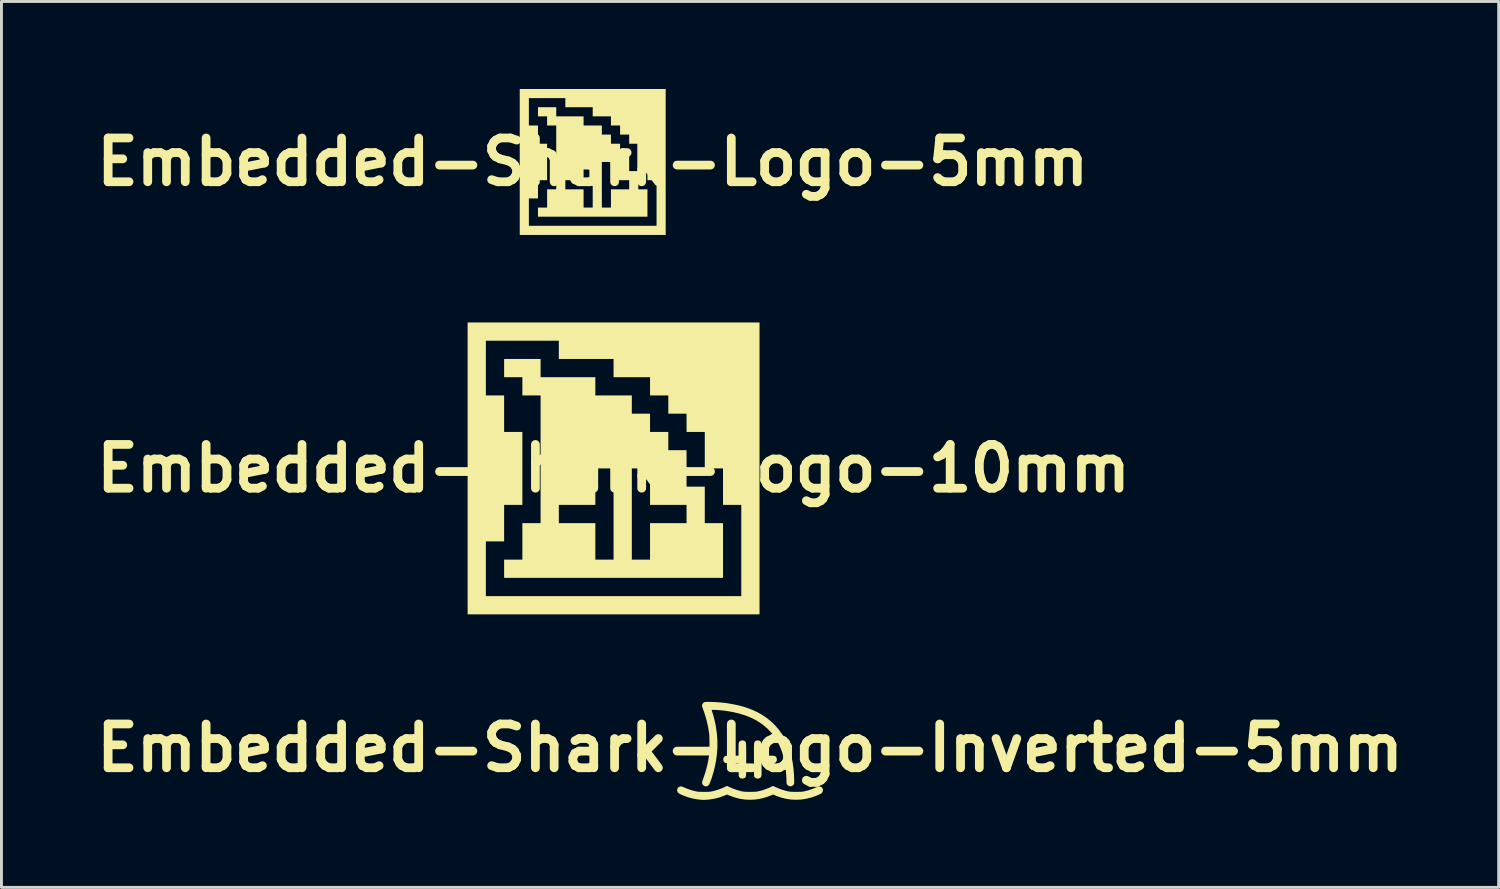
<source format=kicad_pcb>
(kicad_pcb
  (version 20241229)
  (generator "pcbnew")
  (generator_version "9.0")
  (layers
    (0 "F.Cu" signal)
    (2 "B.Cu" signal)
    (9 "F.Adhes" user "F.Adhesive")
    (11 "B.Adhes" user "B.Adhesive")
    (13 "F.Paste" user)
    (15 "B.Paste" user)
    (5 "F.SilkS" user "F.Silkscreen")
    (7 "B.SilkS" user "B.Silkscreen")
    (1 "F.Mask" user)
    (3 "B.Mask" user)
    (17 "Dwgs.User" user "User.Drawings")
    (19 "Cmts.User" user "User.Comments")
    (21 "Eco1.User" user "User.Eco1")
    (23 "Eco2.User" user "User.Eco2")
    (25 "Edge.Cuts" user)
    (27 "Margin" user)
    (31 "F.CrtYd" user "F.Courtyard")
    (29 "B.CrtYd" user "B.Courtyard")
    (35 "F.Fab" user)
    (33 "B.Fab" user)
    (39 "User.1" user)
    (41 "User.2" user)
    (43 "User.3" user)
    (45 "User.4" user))
  (footprint "Embedded-Shark-Logo-5mm"
    (layer "F.Cu")
    (at 17.264 2.501)
    (property "Reference" "Embedded-Shark-Logo-5mm" (at 0 0 0) (layer "F.SilkS") (effects (font (size 1.5 1.5) (thickness 0.3))))
    (attr board_only exclude_from_pos_files exclude_from_bom)
    (fp_poly (pts (xy 2.501 0) (xy 2.501 2.501) (xy 0 2.501) (xy -2.501 2.501) (xy -2.501 0) (xy -2.501 -1.719) (xy -2.188 -1.719) (xy -2.188 -1.25) (xy -2.032 -1.25) (xy -1.876 -1.25) (xy -1.876 -0.938) (xy -1.876 -0.625) (xy -1.719 -0.625) (xy -1.563 -0.625) (xy -1.563 0) (xy -1.563 0.625) (xy -1.719 0.625) (xy -1.876 0.625) (xy -1.876 0.938) (xy -1.876 1.25) (xy -2.032 1.25) (xy -2.188 1.25) (xy -2.188 1.719) (xy -2.188 2.188) (xy 0 2.188) (xy 2.188 2.188) (xy 2.188 1.407) (xy 2.188 0.625) (xy 2.032 0.625) (xy 1.876 0.625) (xy 1.876 0.313) (xy 1.876 0) (xy 1.719 0) (xy 1.563 0) (xy 1.563 -0.313) (xy 1.563 -0.625) (xy 1.407 -0.625) (xy 1.25 -0.625) (xy 1.25 -0.782) (xy 1.25 -0.938) (xy 1.094 -0.938) (xy 0.938 -0.938) (xy 0.938 -1.094) (xy 0.938 -1.25) (xy 0.782 -1.25) (xy 0.625 -1.25) (xy 0.625 -1.407) (xy 0.625 -1.563) (xy 0.313 -1.563) (xy 0 -1.563) (xy 0 -1.719) (xy 0 -1.876) (xy -0.469 -1.876) (xy -0.938 -1.876) (xy -0.938 -2.032) (xy -0.938 -2.188) (xy -1.563 -2.188) (xy -2.188 -2.188) (xy -2.188 -1.719) (xy -2.501 -1.719) (xy -2.501 -2.501) (xy 0 -2.501) (xy 2.501 -2.501)) (stroke (width 0) (type solid)) (fill yes) (layer "F.SilkS"))
    (fp_poly (pts (xy -1.25 -1.719) (xy -1.25 -1.563) (xy -0.782 -1.563) (xy -0.313 -1.563) (xy -0.313 -1.407) (xy -0.313 -1.25) (xy 0 -1.25) (xy 0.313 -1.25) (xy 0.313 -1.094) (xy 0.313 -0.938) (xy 0.469 -0.938) (xy 0.625 -0.938) (xy 0.625 -0.782) (xy 0.625 -0.625) (xy 0.782 -0.625) (xy 0.938 -0.625) (xy 0.938 -0.469) (xy 0.938 -0.313) (xy 1.094 -0.313) (xy 1.25 -0.313) (xy 1.25 0) (xy 1.25 0.313) (xy 1.407 0.313) (xy 1.563 0.313) (xy 1.563 0.625) (xy 1.563 0.938) (xy 1.719 0.938) (xy 1.876 0.938) (xy 1.876 1.407) (xy 1.876 1.876) (xy 0 1.876) (xy -1.876 1.876) (xy -1.876 1.719) (xy -1.876 1.563) (xy -1.719 1.563) (xy -1.563 1.563) (xy -1.563 1.25) (xy -1.563 0.938) (xy -1.407 0.938) (xy -1.25 0.938) (xy -1.25 0.625) (xy -0.938 0.625) (xy -0.938 0.782) (xy -0.938 0.938) (xy -0.625 0.938) (xy -0.313 0.938) (xy -0.313 1.25) (xy -0.313 1.563) (xy -0.156 1.563) (xy 0 1.563) (xy 0 0.782) (xy 0.313 0.782) (xy 0.313 1.563) (xy 0.469 1.563) (xy 0.625 1.563) (xy 0.625 1.25) (xy 0.625 0.938) (xy 0.938 0.938) (xy 1.25 0.938) (xy 1.25 0.782) (xy 1.25 0.625) (xy 0.938 0.625) (xy 0.625 0.625) (xy 0.625 0.313) (xy 0.625 0) (xy 0.469 0) (xy 0.313 0) (xy 0.313 0.782) (xy 0 0.782) (xy 0 0) (xy -0.156 0) (xy -0.313 0) (xy -0.313 0.313) (xy -0.313 0.625) (xy -0.625 0.625) (xy -0.938 0.625) (xy -1.25 0.625) (xy -1.25 -0.156) (xy -1.25 -1.25) (xy -1.407 -1.25) (xy -1.563 -1.25) (xy -1.563 -1.407) (xy -1.563 -1.563) (xy -1.719 -1.563) (xy -1.876 -1.563) (xy -1.876 -1.719) (xy -1.876 -1.876) (xy -1.563 -1.876) (xy -1.25 -1.876)) (stroke (width 0) (type solid)) (fill yes) (layer "F.SilkS")))
  (footprint "Embedded-Shark-Logo-Inverted-5mm"
    (layer "F.Cu")
    (at 22.657 22.585)
    (property "Reference" "Embedded-Shark-Logo-Inverted-5mm" (at 0 0 0) (layer "F.SilkS") (effects (font (size 1.5 1.5) (thickness 0.3))))
    (attr board_only exclude_from_pos_files exclude_from_bom)
    (fp_poly (pts (xy 0.306 -0.254) (xy 0.339 -0.239) (xy 0.355 -0.227) (xy 0.368 -0.213) (xy 0.378 -0.197) (xy 0.385 -0.175) (xy 0.39 -0.146) (xy 0.393 -0.107) (xy 0.394 -0.057) (xy 0.395 0.008) (xy 0.395 0.052) (xy 0.395 0.263) (xy 0.606 0.263) (xy 0.68 0.263) (xy 0.738 0.264) (xy 0.783 0.267) (xy 0.818 0.27) (xy 0.843 0.276) (xy 0.862 0.284) (xy 0.877 0.295) (xy 0.89 0.309) (xy 0.897 0.319) (xy 0.911 0.345) (xy 0.916 0.377) (xy 0.917 0.395) (xy 0.914 0.432) (xy 0.904 0.46) (xy 0.897 0.471) (xy 0.885 0.487) (xy 0.871 0.5) (xy 0.855 0.509) (xy 0.833 0.516) (xy 0.804 0.521) (xy 0.765 0.524) (xy 0.715 0.526) (xy 0.65 0.526) (xy 0.606 0.526) (xy 0.395 0.526) (xy 0.395 0.738) (xy 0.395 0.812) (xy 0.394 0.87) (xy 0.392 0.915) (xy 0.388 0.949) (xy 0.382 0.975) (xy 0.374 0.994) (xy 0.363 1.009) (xy 0.349 1.021) (xy 0.34 1.028) (xy 0.304 1.044) (xy 0.262 1.05) (xy 0.221 1.045) (xy 0.204 1.039) (xy 0.178 1.021) (xy 0.156 0.998) (xy 0.155 0.997) (xy 0.136 0.969) (xy 0.134 0.405) (xy 0.133 0.288) (xy 0.133 0.187) (xy 0.133 0.1) (xy 0.133 0.028) (xy 0.133 -0.033) (xy 0.135 -0.082) (xy 0.137 -0.121) (xy 0.139 -0.152) (xy 0.143 -0.176) (xy 0.147 -0.194) (xy 0.153 -0.207) (xy 0.16 -0.217) (xy 0.168 -0.225) (xy 0.178 -0.232) (xy 0.188 -0.239) (xy 0.222 -0.255) (xy 0.264 -0.26)) (stroke (width 0) (type solid)) (fill yes) (layer "F.SilkS"))
    (fp_poly (pts (xy -0.22 -0.254) (xy -0.188 -0.239) (xy -0.177 -0.231) (xy -0.167 -0.224) (xy -0.159 -0.216) (xy -0.152 -0.205) (xy -0.147 -0.191) (xy -0.142 -0.172) (xy -0.139 -0.147) (xy -0.136 -0.115) (xy -0.134 -0.073) (xy -0.133 -0.022) (xy -0.132 0.041) (xy -0.132 0.116) (xy -0.132 0.206) (xy -0.132 0.31) (xy -0.132 0.395) (xy -0.132 0.511) (xy -0.132 0.611) (xy -0.132 0.697) (xy -0.132 0.768) (xy -0.133 0.828) (xy -0.135 0.876) (xy -0.137 0.915) (xy -0.14 0.945) (xy -0.144 0.968) (xy -0.148 0.985) (xy -0.154 0.998) (xy -0.161 1.008) (xy -0.169 1.016) (xy -0.179 1.023) (xy -0.186 1.028) (xy -0.222 1.044) (xy -0.264 1.05) (xy -0.305 1.045) (xy -0.323 1.039) (xy -0.348 1.021) (xy -0.37 0.998) (xy -0.371 0.997) (xy -0.377 0.988) (xy -0.382 0.978) (xy -0.385 0.965) (xy -0.388 0.946) (xy -0.39 0.92) (xy -0.391 0.883) (xy -0.392 0.835) (xy -0.393 0.772) (xy -0.393 0.748) (xy -0.396 0.526) (xy -0.607 0.526) (xy -0.68 0.526) (xy -0.738 0.525) (xy -0.784 0.523) (xy -0.818 0.519) (xy -0.843 0.514) (xy -0.862 0.506) (xy -0.877 0.495) (xy -0.89 0.48) (xy -0.897 0.471) (xy -0.913 0.436) (xy -0.918 0.394) (xy -0.912 0.352) (xy -0.897 0.319) (xy -0.885 0.303) (xy -0.871 0.29) (xy -0.855 0.28) (xy -0.833 0.273) (xy -0.804 0.268) (xy -0.765 0.265) (xy -0.715 0.264) (xy -0.65 0.263) (xy -0.606 0.263) (xy -0.395 0.263) (xy -0.395 0.052) (xy -0.395 -0.022) (xy -0.394 -0.08) (xy -0.392 -0.125) (xy -0.388 -0.16) (xy -0.382 -0.185) (xy -0.374 -0.204) (xy -0.363 -0.219) (xy -0.349 -0.232) (xy -0.339 -0.239) (xy -0.304 -0.255) (xy -0.262 -0.26)) (stroke (width 0) (type solid)) (fill yes) (layer "F.SilkS"))
    (fp_poly (pts (xy 0.89 1.348) (xy 1 1.395) (xy 1.118 1.437) (xy 1.236 1.471) (xy 1.29 1.484) (xy 1.323 1.491) (xy 1.354 1.496) (xy 1.386 1.5) (xy 1.423 1.502) (xy 1.467 1.503) (xy 1.523 1.504) (xy 1.579 1.504) (xy 1.647 1.504) (xy 1.7 1.503) (xy 1.743 1.502) (xy 1.779 1.499) (xy 1.81 1.495) (xy 1.841 1.49) (xy 1.868 1.484) (xy 2.006 1.449) (xy 2.142 1.402) (xy 2.235 1.363) (xy 2.288 1.341) (xy 2.328 1.326) (xy 2.36 1.319) (xy 2.386 1.318) (xy 2.41 1.323) (xy 2.427 1.33) (xy 2.463 1.356) (xy 2.487 1.391) (xy 2.498 1.431) (xy 2.496 1.473) (xy 2.482 1.513) (xy 2.454 1.547) (xy 2.439 1.559) (xy 2.41 1.575) (xy 2.367 1.596) (xy 2.316 1.618) (xy 2.259 1.642) (xy 2.2 1.664) (xy 2.143 1.684) (xy 2.101 1.697) (xy 1.928 1.741) (xy 1.754 1.767) (xy 1.579 1.776) (xy 1.404 1.768) (xy 1.231 1.742) (xy 1.06 1.699) (xy 0.891 1.639) (xy 0.864 1.627) (xy 0.792 1.596) (xy 0.696 1.635) (xy 0.525 1.696) (xy 0.352 1.74) (xy 0.178 1.767) (xy 0.003 1.776) (xy -0.171 1.768) (xy -0.344 1.743) (xy -0.515 1.7) (xy -0.684 1.64) (xy -0.716 1.627) (xy -0.787 1.596) (xy -0.883 1.635) (xy -1.05 1.695) (xy -1.217 1.738) (xy -1.389 1.766) (xy -1.452 1.772) (xy -1.505 1.776) (xy -1.547 1.779) (xy -1.583 1.779) (xy -1.62 1.779) (xy -1.662 1.776) (xy -1.715 1.772) (xy -1.727 1.771) (xy -1.859 1.754) (xy -1.998 1.725) (xy -2.139 1.685) (xy -2.277 1.635) (xy -2.334 1.61) (xy -2.385 1.587) (xy -2.423 1.567) (xy -2.45 1.55) (xy -2.469 1.533) (xy -2.482 1.515) (xy -2.486 1.506) (xy -2.499 1.461) (xy -2.496 1.417) (xy -2.48 1.377) (xy -2.451 1.346) (xy -2.412 1.325) (xy -2.383 1.318) (xy -2.365 1.318) (xy -2.345 1.321) (xy -2.32 1.328) (xy -2.286 1.341) (xy -2.24 1.361) (xy -2.237 1.362) (xy -2.104 1.416) (xy -1.974 1.458) (xy -1.868 1.484) (xy -1.835 1.491) (xy -1.804 1.496) (xy -1.772 1.5) (xy -1.736 1.502) (xy -1.691 1.503) (xy -1.635 1.504) (xy -1.579 1.504) (xy -1.512 1.504) (xy -1.458 1.503) (xy -1.415 1.502) (xy -1.38 1.499) (xy -1.348 1.495) (xy -1.317 1.49) (xy -1.29 1.484) (xy -1.175 1.455) (xy -1.056 1.416) (xy -0.942 1.371) (xy -0.89 1.348) (xy -0.79 1.3) (xy -0.689 1.348) (xy -0.579 1.395) (xy -0.461 1.437) (xy -0.343 1.471) (xy -0.29 1.484) (xy -0.256 1.491) (xy -0.225 1.496) (xy -0.193 1.5) (xy -0.157 1.502) (xy -0.112 1.503) (xy -0.056 1.504) (xy 0 1.504) (xy 0.068 1.504) (xy 0.121 1.503) (xy 0.164 1.502) (xy 0.2 1.499) (xy 0.231 1.495) (xy 0.262 1.49) (xy 0.29 1.484) (xy 0.404 1.455) (xy 0.523 1.416) (xy 0.638 1.371) (xy 0.689 1.348) (xy 0.79 1.3)) (stroke (width 0) (type solid)) (fill yes) (layer "F.SilkS"))
    (fp_poly (pts (xy -1.208 -1.574) (xy -0.994 -1.558) (xy -0.783 -1.533) (xy -0.577 -1.498) (xy -0.378 -1.455) (xy -0.19 -1.403) (xy -0.014 -1.343) (xy 0.047 -1.319) (xy 0.235 -1.234) (xy 0.411 -1.137) (xy 0.573 -1.027) (xy 0.724 -0.906) (xy 0.861 -0.772) (xy 0.985 -0.627) (xy 1.097 -0.471) (xy 1.195 -0.303) (xy 1.28 -0.124) (xy 1.353 0.066) (xy 1.411 0.267) (xy 1.457 0.479) (xy 1.488 0.702) (xy 1.507 0.935) (xy 1.511 1.072) (xy 1.512 1.128) (xy 1.512 1.169) (xy 1.511 1.199) (xy 1.509 1.219) (xy 1.506 1.233) (xy 1.5 1.244) (xy 1.495 1.252) (xy 1.459 1.289) (xy 1.417 1.31) (xy 1.374 1.315) (xy 1.331 1.305) (xy 1.292 1.278) (xy 1.269 1.252) (xy 1.263 1.243) (xy 1.258 1.231) (xy 1.254 1.214) (xy 1.251 1.19) (xy 1.249 1.156) (xy 1.247 1.109) (xy 1.245 1.048) (xy 1.245 1.046) (xy 1.233 0.834) (xy 1.211 0.635) (xy 1.179 0.449) (xy 1.138 0.273) (xy 1.085 0.106) (xy 1.022 -0.052) (xy 0.987 -0.127) (xy 0.911 -0.268) (xy 0.828 -0.397) (xy 0.734 -0.517) (xy 0.626 -0.633) (xy 0.609 -0.65) (xy 0.479 -0.765) (xy 0.338 -0.868) (xy 0.186 -0.961) (xy 0.02 -1.042) (xy -0.157 -1.113) (xy -0.348 -1.173) (xy -0.553 -1.223) (xy -0.772 -1.263) (xy -0.798 -1.267) (xy -0.858 -1.275) (xy -0.922 -1.283) (xy -0.989 -1.29) (xy -1.054 -1.295) (xy -1.118 -1.3) (xy -1.176 -1.304) (xy -1.227 -1.306) (xy -1.269 -1.307) (xy -1.298 -1.306) (xy -1.314 -1.303) (xy -1.316 -1.302) (xy -1.314 -1.291) (xy -1.307 -1.268) (xy -1.296 -1.235) (xy -1.285 -1.198) (xy -1.266 -1.138) (xy -1.246 -1.066) (xy -1.226 -0.987) (xy -1.207 -0.907) (xy -1.19 -0.831) (xy -1.176 -0.764) (xy -1.172 -0.74) (xy -1.138 -0.499) (xy -1.12 -0.262) (xy -1.119 -0.028) (xy -1.135 0.206) (xy -1.166 0.44) (xy -1.215 0.678) (xy -1.22 0.699) (xy -1.238 0.772) (xy -1.259 0.848) (xy -1.282 0.924) (xy -1.305 0.998) (xy -1.328 1.068) (xy -1.351 1.131) (xy -1.372 1.185) (xy -1.391 1.229) (xy -1.407 1.259) (xy -1.415 1.271) (xy -1.452 1.3) (xy -1.494 1.314) (xy -1.537 1.314) (xy -1.576 1.299) (xy -1.614 1.27) (xy -1.636 1.236) (xy -1.644 1.196) (xy -1.638 1.147) (xy -1.627 1.113) (xy -1.576 0.966) (xy -1.532 0.831) (xy -1.496 0.705) (xy -1.466 0.585) (xy -1.44 0.467) (xy -1.42 0.349) (xy -1.403 0.227) (xy -1.402 0.224) (xy -1.398 0.179) (xy -1.395 0.119) (xy -1.393 0.049) (xy -1.391 -0.029) (xy -1.391 -0.111) (xy -1.391 -0.193) (xy -1.392 -0.274) (xy -1.394 -0.348) (xy -1.397 -0.413) (xy -1.4 -0.466) (xy -1.402 -0.487) (xy -1.441 -0.733) (xy -1.497 -0.976) (xy -1.571 -1.217) (xy -1.603 -1.307) (xy -1.619 -1.352) (xy -1.633 -1.393) (xy -1.643 -1.425) (xy -1.649 -1.447) (xy -1.649 -1.452) (xy -1.643 -1.481) (xy -1.626 -1.514) (xy -1.604 -1.543) (xy -1.579 -1.563) (xy -1.564 -1.57) (xy -1.546 -1.574) (xy -1.522 -1.577) (xy -1.488 -1.579) (xy -1.44 -1.579) (xy -1.421 -1.579)) (stroke (width 0) (type solid)) (fill yes) (layer "F.SilkS")))
  (footprint "Embedded-Shark-Logo-10mm"
    (layer "F.Cu")
    (at 17.979 13.004)
    (property "Reference" "Embedded-Shark-Logo-10mm" (at 0 0 0) (layer "F.SilkS") (effects (font (size 1.5 1.5) (thickness 0.3))))
    (attr board_only exclude_from_pos_files exclude_from_bom)
    (fp_poly (pts (xy 5.002 0) (xy 5.002 5.002) (xy 0 5.002) (xy -5.002 5.002) (xy -5.002 0) (xy -5.002 -3.439) (xy -4.377 -3.439) (xy -4.377 -2.501) (xy -4.064 -2.501) (xy -3.751 -2.501) (xy -3.751 -1.876) (xy -3.751 -1.25) (xy -3.439 -1.25) (xy -3.126 -1.25) (xy -3.126 0) (xy -3.126 1.25) (xy -3.439 1.25) (xy -3.751 1.25) (xy -3.751 1.876) (xy -3.751 2.501) (xy -4.064 2.501) (xy -4.377 2.501) (xy -4.377 3.439) (xy -4.377 4.377) (xy 0 4.377) (xy 4.377 4.377) (xy 4.377 2.814) (xy 4.377 1.25) (xy 4.064 1.25) (xy 3.751 1.25) (xy 3.751 0.625) (xy 3.751 0) (xy 3.439 0) (xy 3.126 0) (xy 3.126 -0.625) (xy 3.126 -1.25) (xy 2.814 -1.25) (xy 2.501 -1.25) (xy 2.501 -1.563) (xy 2.501 -1.876) (xy 2.188 -1.876) (xy 1.876 -1.876) (xy 1.876 -2.188) (xy 1.876 -2.501) (xy 1.563 -2.501) (xy 1.25 -2.501) (xy 1.25 -2.814) (xy 1.25 -3.126) (xy 0.625 -3.126) (xy 0 -3.126) (xy 0 -3.439) (xy 0 -3.751) (xy -0.938 -3.751) (xy -1.876 -3.751) (xy -1.876 -4.064) (xy -1.876 -4.377) (xy -3.126 -4.377) (xy -4.377 -4.377) (xy -4.377 -3.439) (xy -5.002 -3.439) (xy -5.002 -5.002) (xy 0 -5.002) (xy 5.002 -5.002)) (stroke (width 0) (type solid)) (fill yes) (layer "F.SilkS"))
    (fp_poly (pts (xy -2.501 -3.439) (xy -2.501 -3.126) (xy -1.563 -3.126) (xy -0.625 -3.126) (xy -0.625 -2.814) (xy -0.625 -2.501) (xy 0 -2.501) (xy 0.625 -2.501) (xy 0.625 -2.188) (xy 0.625 -1.876) (xy 0.938 -1.876) (xy 1.25 -1.876) (xy 1.25 -1.563) (xy 1.25 -1.25) (xy 1.563 -1.25) (xy 1.876 -1.25) (xy 1.876 -0.938) (xy 1.876 -0.625) (xy 2.188 -0.625) (xy 2.501 -0.625) (xy 2.501 0) (xy 2.501 0.625) (xy 2.814 0.625) (xy 3.126 0.625) (xy 3.126 1.25) (xy 3.126 1.876) (xy 3.439 1.876) (xy 3.751 1.876) (xy 3.751 2.814) (xy 3.751 3.751) (xy 0 3.751) (xy -3.751 3.751) (xy -3.751 3.439) (xy -3.751 3.126) (xy -3.439 3.126) (xy -3.126 3.126) (xy -3.126 2.501) (xy -3.126 1.876) (xy -2.814 1.876) (xy -2.501 1.876) (xy -2.501 1.25) (xy -1.876 1.25) (xy -1.876 1.563) (xy -1.876 1.876) (xy -1.25 1.876) (xy -0.625 1.876) (xy -0.625 2.501) (xy -0.625 3.126) (xy -0.313 3.126) (xy 0 3.126) (xy 0 1.563) (xy 0.625 1.563) (xy 0.625 3.126) (xy 0.938 3.126) (xy 1.25 3.126) (xy 1.25 2.501) (xy 1.25 1.876) (xy 1.876 1.876) (xy 2.501 1.876) (xy 2.501 1.563) (xy 2.501 1.25) (xy 1.876 1.25) (xy 1.25 1.25) (xy 1.25 0.625) (xy 1.25 0) (xy 0.938 0) (xy 0.625 0) (xy 0.625 1.563) (xy 0 1.563) (xy 0 0) (xy -0.313 0) (xy -0.625 0) (xy -0.625 0.625) (xy -0.625 1.25) (xy -1.25 1.25) (xy -1.876 1.25) (xy -2.501 1.25) (xy -2.501 -0.313) (xy -2.501 -2.501) (xy -2.814 -2.501) (xy -3.126 -2.501) (xy -3.126 -2.814) (xy -3.126 -3.126) (xy -3.439 -3.126) (xy -3.751 -3.126) (xy -3.751 -3.439) (xy -3.751 -3.751) (xy -3.126 -3.751) (xy -2.501 -3.751)) (stroke (width 0) (type solid)) (fill yes) (layer "F.SilkS")))
  (gr_rect
    (start -3 -3)
    (end 48.314 27.364)
    (stroke (width 0.1) (type default))
    (fill no)
    (layer "Edge.Cuts")))
</source>
